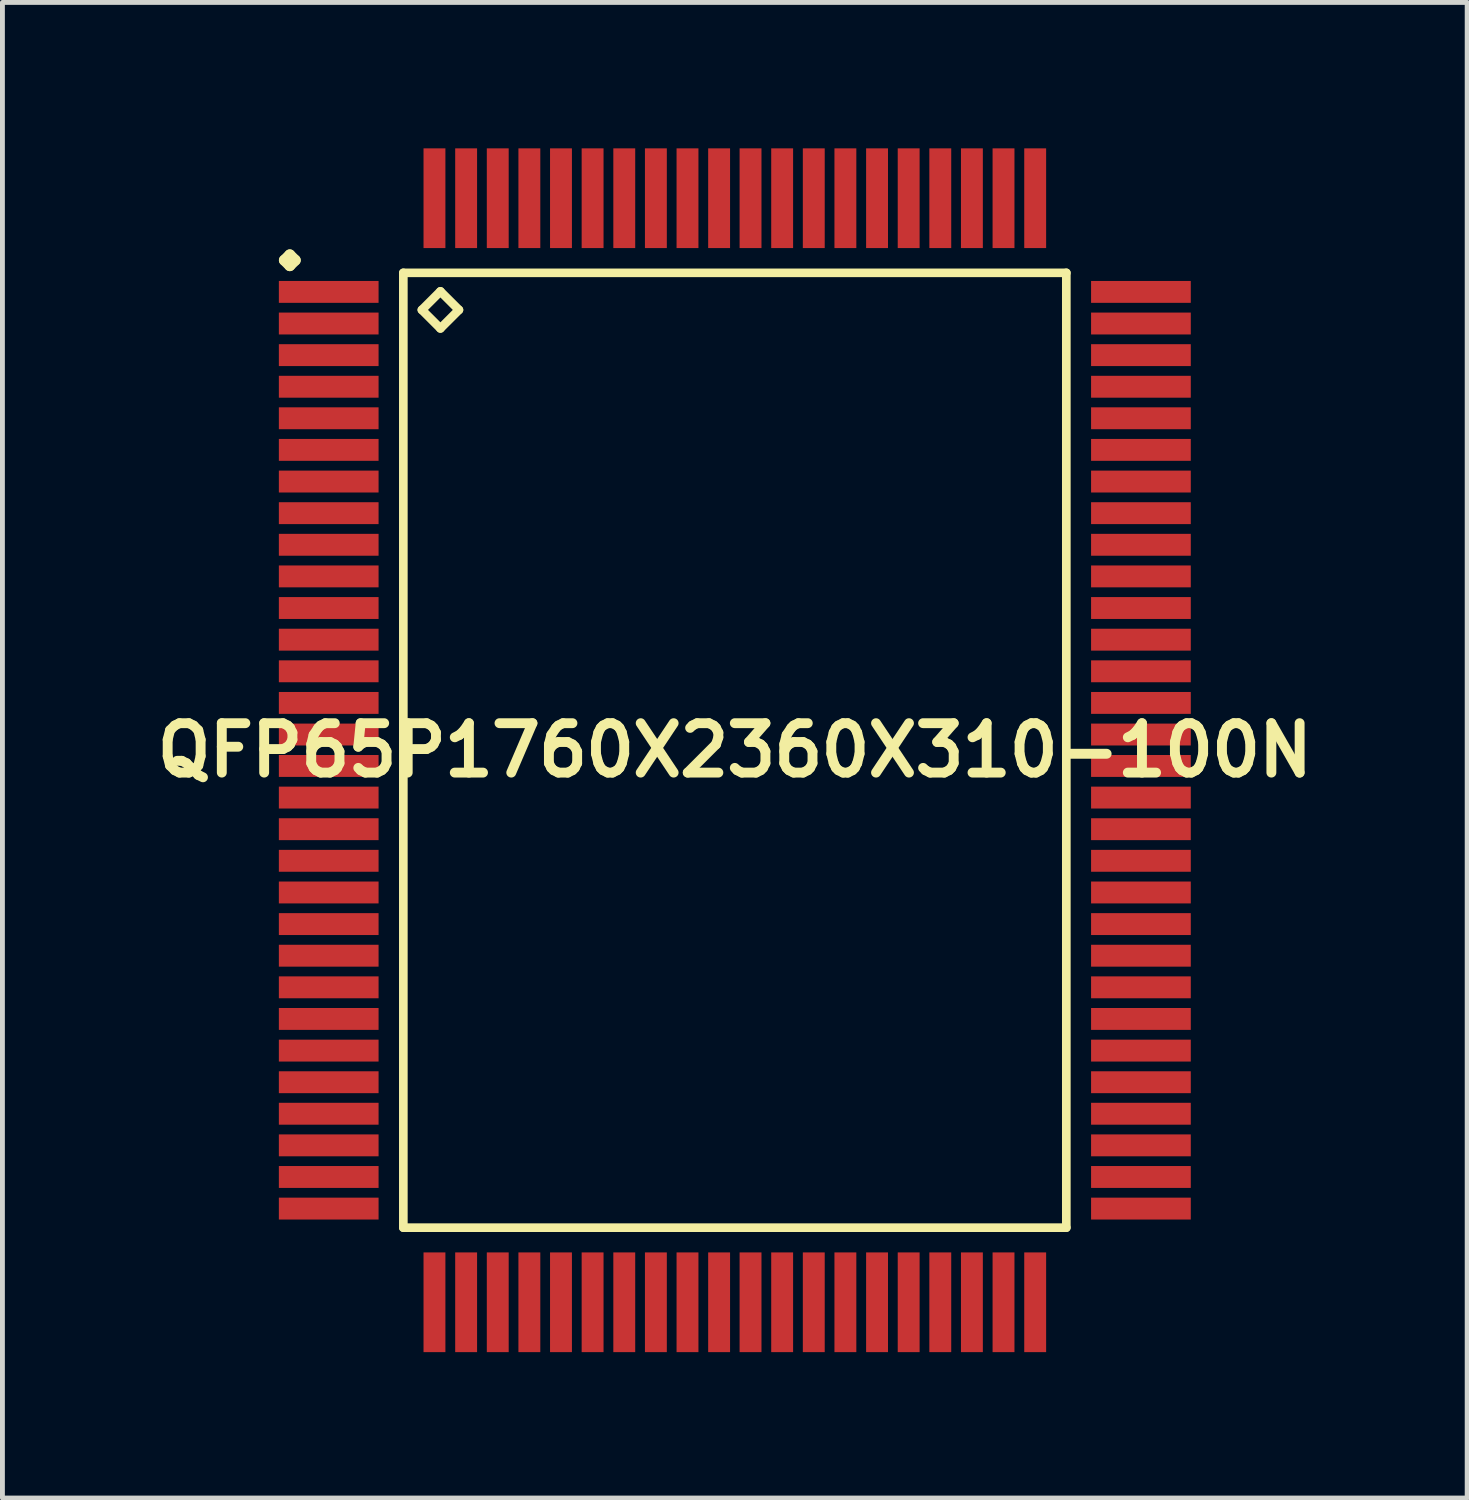
<source format=kicad_pcb>
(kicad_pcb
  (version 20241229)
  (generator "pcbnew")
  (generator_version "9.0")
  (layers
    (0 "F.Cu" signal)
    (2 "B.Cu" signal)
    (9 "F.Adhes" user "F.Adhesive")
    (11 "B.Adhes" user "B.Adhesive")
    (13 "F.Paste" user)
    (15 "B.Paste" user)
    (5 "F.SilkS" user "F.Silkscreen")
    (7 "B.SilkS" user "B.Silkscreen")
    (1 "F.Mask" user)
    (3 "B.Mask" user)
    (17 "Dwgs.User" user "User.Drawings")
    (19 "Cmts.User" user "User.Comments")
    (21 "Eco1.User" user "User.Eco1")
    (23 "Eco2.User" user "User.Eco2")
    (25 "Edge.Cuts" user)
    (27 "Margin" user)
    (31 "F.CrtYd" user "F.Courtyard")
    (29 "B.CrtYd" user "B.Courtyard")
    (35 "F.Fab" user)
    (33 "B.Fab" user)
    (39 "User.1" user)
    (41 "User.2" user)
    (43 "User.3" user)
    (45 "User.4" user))
  (footprint "QFP65P1760X2360X310-100N"
    (layer "F.Cu")
    (at 12.057 12.374)
    (property "Reference" "QFP65P1760X2360X310-100N" (at 0 0 0) (layer "F.SilkS") (effects (font (size 1.016 1.016) (thickness 0.203))))
    (attr smd)
    (fp_line (start -9.261 -10.074) (end -9.149 -10.185) (stroke (width 0.224) (type solid)) (layer "F.SilkS"))
    (fp_line (start -9.149 -10.185) (end -9.037 -10.074) (stroke (width 0.224) (type solid)) (layer "F.SilkS"))
    (fp_line (start -9.149 -9.962) (end -9.261 -10.074) (stroke (width 0.224) (type solid)) (layer "F.SilkS"))
    (fp_line (start -9.037 -10.074) (end -9.149 -9.962) (stroke (width 0.224) (type solid)) (layer "F.SilkS"))
    (fp_line (start -6.815 -9.815) (end -6.815 9.815) (stroke (width 0.178) (type solid)) (layer "F.SilkS"))
    (fp_line (start -6.815 9.815) (end 6.815 9.815) (stroke (width 0.178) (type solid)) (layer "F.SilkS"))
    (fp_line (start -6.434 -9.053) (end -6.053 -9.434) (stroke (width 0.178) (type solid)) (layer "F.SilkS"))
    (fp_line (start -6.053 -9.434) (end -5.672 -9.053) (stroke (width 0.178) (type solid)) (layer "F.SilkS"))
    (fp_line (start -6.053 -8.672) (end -6.434 -9.053) (stroke (width 0.178) (type solid)) (layer "F.SilkS"))
    (fp_line (start -5.672 -9.053) (end -6.053 -8.672) (stroke (width 0.178) (type solid)) (layer "F.SilkS"))
    (fp_line (start 6.815 -9.815) (end -6.815 -9.815) (stroke (width 0.178) (type solid)) (layer "F.SilkS"))
    (fp_line (start 6.815 9.815) (end 6.815 -9.815) (stroke (width 0.178) (type solid)) (layer "F.SilkS"))
    (pad "1" smd rect (at -8.349 -9.423) (size 2.05 0.45) (layers "F.Cu" "F.Mask" "F.Paste"))
    (pad "2" smd rect (at -8.349 -8.773) (size 2.05 0.45) (layers "F.Cu" "F.Mask" "F.Paste"))
    (pad "3" smd rect (at -8.349 -8.123) (size 2.05 0.45) (layers "F.Cu" "F.Mask" "F.Paste"))
    (pad "4" smd rect (at -8.349 -7.473) (size 2.05 0.45) (layers "F.Cu" "F.Mask" "F.Paste"))
    (pad "5" smd rect (at -8.349 -6.825) (size 2.05 0.45) (layers "F.Cu" "F.Mask" "F.Paste"))
    (pad "6" smd rect (at -8.349 -6.175) (size 2.05 0.45) (layers "F.Cu" "F.Mask" "F.Paste"))
    (pad "7" smd rect (at -8.349 -5.524) (size 2.05 0.45) (layers "F.Cu" "F.Mask" "F.Paste"))
    (pad "8" smd rect (at -8.349 -4.874) (size 2.05 0.45) (layers "F.Cu" "F.Mask" "F.Paste"))
    (pad "9" smd rect (at -8.349 -4.224) (size 2.05 0.45) (layers "F.Cu" "F.Mask" "F.Paste"))
    (pad "10" smd rect (at -8.349 -3.574) (size 2.05 0.45) (layers "F.Cu" "F.Mask" "F.Paste"))
    (pad "11" smd rect (at -8.349 -2.924) (size 2.05 0.45) (layers "F.Cu" "F.Mask" "F.Paste"))
    (pad "12" smd rect (at -8.349 -2.273) (size 2.05 0.45) (layers "F.Cu" "F.Mask" "F.Paste"))
    (pad "13" smd rect (at -8.349 -1.623) (size 2.05 0.45) (layers "F.Cu" "F.Mask" "F.Paste"))
    (pad "14" smd rect (at -8.349 -0.973) (size 2.05 0.45) (layers "F.Cu" "F.Mask" "F.Paste"))
    (pad "15" smd rect (at -8.349 -0.323) (size 2.05 0.45) (layers "F.Cu" "F.Mask" "F.Paste"))
    (pad "16" smd rect (at -8.349 0.323) (size 2.05 0.45) (layers "F.Cu" "F.Mask" "F.Paste"))
    (pad "17" smd rect (at -8.349 0.973) (size 2.05 0.45) (layers "F.Cu" "F.Mask" "F.Paste"))
    (pad "18" smd rect (at -8.349 1.623) (size 2.05 0.45) (layers "F.Cu" "F.Mask" "F.Paste"))
    (pad "19" smd rect (at -8.349 2.273) (size 2.05 0.45) (layers "F.Cu" "F.Mask" "F.Paste"))
    (pad "20" smd rect (at -8.349 2.924) (size 2.05 0.45) (layers "F.Cu" "F.Mask" "F.Paste"))
    (pad "21" smd rect (at -8.349 3.574) (size 2.05 0.45) (layers "F.Cu" "F.Mask" "F.Paste"))
    (pad "22" smd rect (at -8.349 4.224) (size 2.05 0.45) (layers "F.Cu" "F.Mask" "F.Paste"))
    (pad "23" smd rect (at -8.349 4.874) (size 2.05 0.45) (layers "F.Cu" "F.Mask" "F.Paste"))
    (pad "24" smd rect (at -8.349 5.524) (size 2.05 0.45) (layers "F.Cu" "F.Mask" "F.Paste"))
    (pad "25" smd rect (at -8.349 6.175) (size 2.05 0.45) (layers "F.Cu" "F.Mask" "F.Paste"))
    (pad "26" smd rect (at -8.349 6.825) (size 2.05 0.45) (layers "F.Cu" "F.Mask" "F.Paste"))
    (pad "27" smd rect (at -8.349 7.473) (size 2.05 0.45) (layers "F.Cu" "F.Mask" "F.Paste"))
    (pad "28" smd rect (at -8.349 8.123) (size 2.05 0.45) (layers "F.Cu" "F.Mask" "F.Paste"))
    (pad "29" smd rect (at -8.349 8.773) (size 2.05 0.45) (layers "F.Cu" "F.Mask" "F.Paste"))
    (pad "30" smd rect (at -8.349 9.423) (size 2.05 0.45) (layers "F.Cu" "F.Mask" "F.Paste"))
    (pad "31" smd rect (at -6.175 11.349) (size 0.45 2.05) (layers "F.Cu" "F.Mask" "F.Paste"))
    (pad "32" smd rect (at -5.524 11.349) (size 0.45 2.05) (layers "F.Cu" "F.Mask" "F.Paste"))
    (pad "33" smd rect (at -4.874 11.349) (size 0.45 2.05) (layers "F.Cu" "F.Mask" "F.Paste"))
    (pad "34" smd rect (at -4.224 11.349) (size 0.45 2.05) (layers "F.Cu" "F.Mask" "F.Paste"))
    (pad "35" smd rect (at -3.574 11.349) (size 0.45 2.05) (layers "F.Cu" "F.Mask" "F.Paste"))
    (pad "36" smd rect (at -2.924 11.349) (size 0.45 2.05) (layers "F.Cu" "F.Mask" "F.Paste"))
    (pad "37" smd rect (at -2.273 11.349) (size 0.45 2.05) (layers "F.Cu" "F.Mask" "F.Paste"))
    (pad "38" smd rect (at -1.623 11.349) (size 0.45 2.05) (layers "F.Cu" "F.Mask" "F.Paste"))
    (pad "39" smd rect (at -0.973 11.349) (size 0.45 2.05) (layers "F.Cu" "F.Mask" "F.Paste"))
    (pad "40" smd rect (at -0.323 11.349) (size 0.45 2.05) (layers "F.Cu" "F.Mask" "F.Paste"))
    (pad "41" smd rect (at 0.323 11.349) (size 0.45 2.05) (layers "F.Cu" "F.Mask" "F.Paste"))
    (pad "42" smd rect (at 0.973 11.349) (size 0.45 2.05) (layers "F.Cu" "F.Mask" "F.Paste"))
    (pad "43" smd rect (at 1.623 11.349) (size 0.45 2.05) (layers "F.Cu" "F.Mask" "F.Paste"))
    (pad "44" smd rect (at 2.273 11.349) (size 0.45 2.05) (layers "F.Cu" "F.Mask" "F.Paste"))
    (pad "45" smd rect (at 2.924 11.349) (size 0.45 2.05) (layers "F.Cu" "F.Mask" "F.Paste"))
    (pad "46" smd rect (at 3.574 11.349) (size 0.45 2.05) (layers "F.Cu" "F.Mask" "F.Paste"))
    (pad "47" smd rect (at 4.224 11.349) (size 0.45 2.05) (layers "F.Cu" "F.Mask" "F.Paste"))
    (pad "48" smd rect (at 4.874 11.349) (size 0.45 2.05) (layers "F.Cu" "F.Mask" "F.Paste"))
    (pad "49" smd rect (at 5.524 11.349) (size 0.45 2.05) (layers "F.Cu" "F.Mask" "F.Paste"))
    (pad "50" smd rect (at 6.175 11.349) (size 0.45 2.05) (layers "F.Cu" "F.Mask" "F.Paste"))
    (pad "51" smd rect (at 8.349 9.423) (size 2.05 0.45) (layers "F.Cu" "F.Mask" "F.Paste"))
    (pad "52" smd rect (at 8.349 8.773) (size 2.05 0.45) (layers "F.Cu" "F.Mask" "F.Paste"))
    (pad "53" smd rect (at 8.349 8.123) (size 2.05 0.45) (layers "F.Cu" "F.Mask" "F.Paste"))
    (pad "54" smd rect (at 8.349 7.473) (size 2.05 0.45) (layers "F.Cu" "F.Mask" "F.Paste"))
    (pad "55" smd rect (at 8.349 6.825) (size 2.05 0.45) (layers "F.Cu" "F.Mask" "F.Paste"))
    (pad "56" smd rect (at 8.349 6.175) (size 2.05 0.45) (layers "F.Cu" "F.Mask" "F.Paste"))
    (pad "57" smd rect (at 8.349 5.524) (size 2.05 0.45) (layers "F.Cu" "F.Mask" "F.Paste"))
    (pad "58" smd rect (at 8.349 4.874) (size 2.05 0.45) (layers "F.Cu" "F.Mask" "F.Paste"))
    (pad "59" smd rect (at 8.349 4.224) (size 2.05 0.45) (layers "F.Cu" "F.Mask" "F.Paste"))
    (pad "60" smd rect (at 8.349 3.574) (size 2.05 0.45) (layers "F.Cu" "F.Mask" "F.Paste"))
    (pad "61" smd rect (at 8.349 2.924) (size 2.05 0.45) (layers "F.Cu" "F.Mask" "F.Paste"))
    (pad "62" smd rect (at 8.349 2.273) (size 2.05 0.45) (layers "F.Cu" "F.Mask" "F.Paste"))
    (pad "63" smd rect (at 8.349 1.623) (size 2.05 0.45) (layers "F.Cu" "F.Mask" "F.Paste"))
    (pad "64" smd rect (at 8.349 0.973) (size 2.05 0.45) (layers "F.Cu" "F.Mask" "F.Paste"))
    (pad "65" smd rect (at 8.349 0.323) (size 2.05 0.45) (layers "F.Cu" "F.Mask" "F.Paste"))
    (pad "66" smd rect (at 8.349 -0.323) (size 2.05 0.45) (layers "F.Cu" "F.Mask" "F.Paste"))
    (pad "67" smd rect (at 8.349 -0.973) (size 2.05 0.45) (layers "F.Cu" "F.Mask" "F.Paste"))
    (pad "68" smd rect (at 8.349 -1.623) (size 2.05 0.45) (layers "F.Cu" "F.Mask" "F.Paste"))
    (pad "69" smd rect (at 8.349 -2.273) (size 2.05 0.45) (layers "F.Cu" "F.Mask" "F.Paste"))
    (pad "70" smd rect (at 8.349 -2.924) (size 2.05 0.45) (layers "F.Cu" "F.Mask" "F.Paste"))
    (pad "71" smd rect (at 8.349 -3.574) (size 2.05 0.45) (layers "F.Cu" "F.Mask" "F.Paste"))
    (pad "72" smd rect (at 8.349 -4.224) (size 2.05 0.45) (layers "F.Cu" "F.Mask" "F.Paste"))
    (pad "73" smd rect (at 8.349 -4.874) (size 2.05 0.45) (layers "F.Cu" "F.Mask" "F.Paste"))
    (pad "74" smd rect (at 8.349 -5.524) (size 2.05 0.45) (layers "F.Cu" "F.Mask" "F.Paste"))
    (pad "75" smd rect (at 8.349 -6.175) (size 2.05 0.45) (layers "F.Cu" "F.Mask" "F.Paste"))
    (pad "76" smd rect (at 8.349 -6.825) (size 2.05 0.45) (layers "F.Cu" "F.Mask" "F.Paste"))
    (pad "77" smd rect (at 8.349 -7.473) (size 2.05 0.45) (layers "F.Cu" "F.Mask" "F.Paste"))
    (pad "78" smd rect (at 8.349 -8.123) (size 2.05 0.45) (layers "F.Cu" "F.Mask" "F.Paste"))
    (pad "79" smd rect (at 8.349 -8.773) (size 2.05 0.45) (layers "F.Cu" "F.Mask" "F.Paste"))
    (pad "80" smd rect (at 8.349 -9.423) (size 2.05 0.45) (layers "F.Cu" "F.Mask" "F.Paste"))
    (pad "81" smd rect (at 6.175 -11.349) (size 0.45 2.05) (layers "F.Cu" "F.Mask" "F.Paste"))
    (pad "82" smd rect (at 5.524 -11.349) (size 0.45 2.05) (layers "F.Cu" "F.Mask" "F.Paste"))
    (pad "83" smd rect (at 4.874 -11.349) (size 0.45 2.05) (layers "F.Cu" "F.Mask" "F.Paste"))
    (pad "84" smd rect (at 4.224 -11.349) (size 0.45 2.05) (layers "F.Cu" "F.Mask" "F.Paste"))
    (pad "85" smd rect (at 3.574 -11.349) (size 0.45 2.05) (layers "F.Cu" "F.Mask" "F.Paste"))
    (pad "86" smd rect (at 2.924 -11.349) (size 0.45 2.05) (layers "F.Cu" "F.Mask" "F.Paste"))
    (pad "87" smd rect (at 2.273 -11.349) (size 0.45 2.05) (layers "F.Cu" "F.Mask" "F.Paste"))
    (pad "88" smd rect (at 1.623 -11.349) (size 0.45 2.05) (layers "F.Cu" "F.Mask" "F.Paste"))
    (pad "89" smd rect (at 0.973 -11.349) (size 0.45 2.05) (layers "F.Cu" "F.Mask" "F.Paste"))
    (pad "90" smd rect (at 0.323 -11.349) (size 0.45 2.05) (layers "F.Cu" "F.Mask" "F.Paste"))
    (pad "91" smd rect (at -0.323 -11.349) (size 0.45 2.05) (layers "F.Cu" "F.Mask" "F.Paste"))
    (pad "92" smd rect (at -0.973 -11.349) (size 0.45 2.05) (layers "F.Cu" "F.Mask" "F.Paste"))
    (pad "93" smd rect (at -1.623 -11.349) (size 0.45 2.05) (layers "F.Cu" "F.Mask" "F.Paste"))
    (pad "94" smd rect (at -2.273 -11.349) (size 0.45 2.05) (layers "F.Cu" "F.Mask" "F.Paste"))
    (pad "95" smd rect (at -2.924 -11.349) (size 0.45 2.05) (layers "F.Cu" "F.Mask" "F.Paste"))
    (pad "96" smd rect (at -3.574 -11.349) (size 0.45 2.05) (layers "F.Cu" "F.Mask" "F.Paste"))
    (pad "97" smd rect (at -4.224 -11.349) (size 0.45 2.05) (layers "F.Cu" "F.Mask" "F.Paste"))
    (pad "98" smd rect (at -4.874 -11.349) (size 0.45 2.05) (layers "F.Cu" "F.Mask" "F.Paste"))
    (pad "99" smd rect (at -5.524 -11.349) (size 0.45 2.05) (layers "F.Cu" "F.Mask" "F.Paste"))
    (pad "100" smd rect (at -6.175 -11.349) (size 0.45 2.05) (layers "F.Cu" "F.Mask" "F.Paste")))
  (gr_rect
    (start -3 -3)
    (end 27.113 27.747)
    (stroke (width 0.1) (type default))
    (fill no)
    (layer "Edge.Cuts")))
</source>
